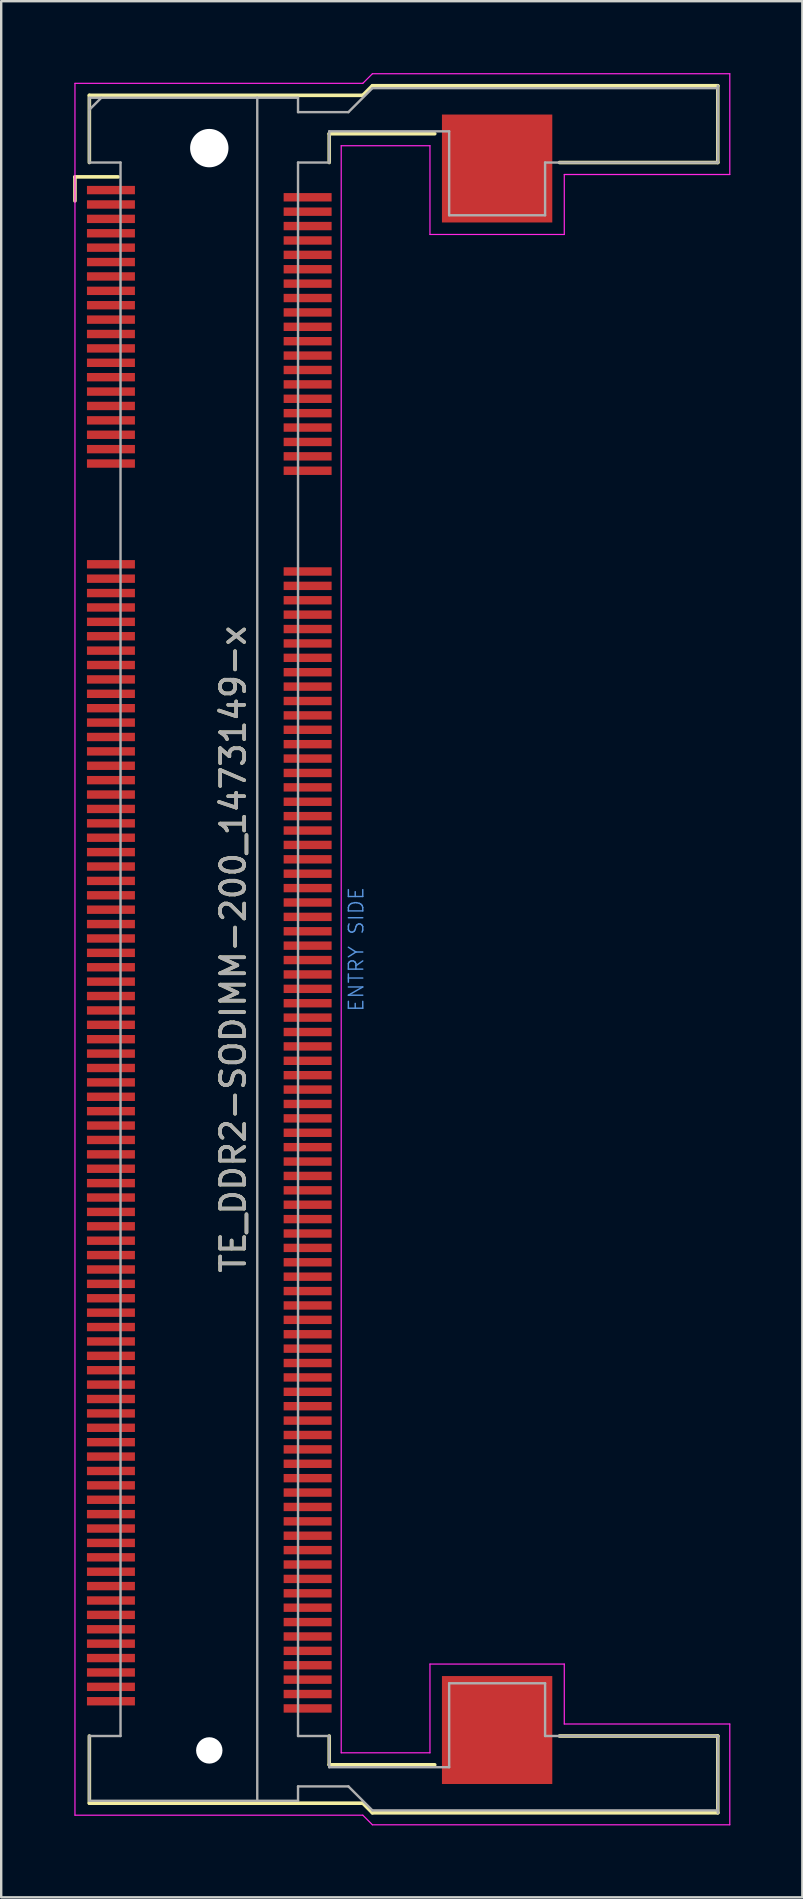
<source format=kicad_pcb>
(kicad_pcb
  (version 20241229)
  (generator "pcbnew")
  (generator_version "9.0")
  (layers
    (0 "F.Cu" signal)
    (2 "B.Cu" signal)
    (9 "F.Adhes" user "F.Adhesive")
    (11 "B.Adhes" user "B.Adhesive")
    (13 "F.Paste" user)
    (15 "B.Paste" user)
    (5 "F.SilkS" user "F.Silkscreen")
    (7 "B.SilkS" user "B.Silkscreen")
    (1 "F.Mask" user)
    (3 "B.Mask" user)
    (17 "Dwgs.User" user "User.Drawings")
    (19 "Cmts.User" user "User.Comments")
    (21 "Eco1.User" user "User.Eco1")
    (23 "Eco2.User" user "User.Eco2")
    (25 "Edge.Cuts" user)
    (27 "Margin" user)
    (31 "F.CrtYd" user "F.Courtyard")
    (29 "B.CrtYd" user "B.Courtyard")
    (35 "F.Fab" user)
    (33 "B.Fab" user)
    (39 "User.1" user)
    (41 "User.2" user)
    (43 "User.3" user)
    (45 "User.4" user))
  (footprint "TE_DDR2-SODIMM-200_1473149-x"
    (layer "F.Cu")
    (at 10.275 36.525)
    (property "Reference" "TE_DDR2-SODIMM-200_1473149-x" (at -3.6 0 90) (layer "F.SilkS") (effects (font (size 1 1) (thickness 0.15))))
    (attr smd)
    (fp_line (start -10.2 -32.2) (end -8.4 -32.2) (stroke (width 0.15) (type solid)) (layer "F.SilkS"))
    (fp_line (start -10.2 -31.2) (end -10.2 -32.2) (stroke (width 0.15) (type solid)) (layer "F.SilkS"))
    (fp_line (start -9.6 -35.6) (end 1.8 -35.6) (stroke (width 0.15) (type solid)) (layer "F.SilkS"))
    (fp_line (start -9.6 -32.8) (end -9.6 -35.6) (stroke (width 0.15) (type solid)) (layer "F.SilkS"))
    (fp_line (start -9.6 32.8) (end -9.6 35.6) (stroke (width 0.15) (type solid)) (layer "F.SilkS"))
    (fp_line (start -9.6 35.6) (end 1.8 35.6) (stroke (width 0.15) (type solid)) (layer "F.SilkS"))
    (fp_line (start 0.4 -34) (end 4.8 -34) (stroke (width 0.15) (type solid)) (layer "F.SilkS"))
    (fp_line (start 0.4 -32.8) (end 0.4 -34) (stroke (width 0.15) (type solid)) (layer "F.SilkS"))
    (fp_line (start 0.4 34) (end 0.4 32.8) (stroke (width 0.15) (type solid)) (layer "F.SilkS"))
    (fp_line (start 1.8 -35.6) (end 2.2 -36) (stroke (width 0.15) (type solid)) (layer "F.SilkS"))
    (fp_line (start 1.8 35.6) (end 2.2 36) (stroke (width 0.15) (type solid)) (layer "F.SilkS"))
    (fp_line (start 2.2 -36) (end 16.6 -36) (stroke (width 0.15) (type solid)) (layer "F.SilkS"))
    (fp_line (start 2.2 36) (end 16.6 36) (stroke (width 0.15) (type solid)) (layer "F.SilkS"))
    (fp_line (start 4.8 34) (end 0.4 34) (stroke (width 0.15) (type solid)) (layer "F.SilkS"))
    (fp_line (start 10 -32.8) (end 16.6 -32.8) (stroke (width 0.15) (type solid)) (layer "F.SilkS"))
    (fp_line (start 10 32.8) (end 16.6 32.8) (stroke (width 0.15) (type solid)) (layer "F.SilkS"))
    (fp_line (start 16.6 -36) (end 16.6 -32.8) (stroke (width 0.15) (type solid)) (layer "F.SilkS"))
    (fp_line (start 16.6 36) (end 16.6 32.8) (stroke (width 0.15) (type solid)) (layer "F.SilkS"))
    (fp_line (start -10.2 -36.1) (end -10.2 36.1) (stroke (width 0.05) (type solid)) (layer "F.CrtYd"))
    (fp_line (start -10.2 -36.1) (end 1.8 -36.1) (stroke (width 0.05) (type solid)) (layer "F.CrtYd"))
    (fp_line (start -10.2 36.1) (end 1.8 36.1) (stroke (width 0.05) (type solid)) (layer "F.CrtYd"))
    (fp_line (start 0.9 -33.5) (end 0.9 33.5) (stroke (width 0.05) (type solid)) (layer "F.CrtYd"))
    (fp_line (start 1.8 36.1) (end 2.2 36.5) (stroke (width 0.05) (type solid)) (layer "F.CrtYd"))
    (fp_line (start 2.2 -36.5) (end 1.8 -36.1) (stroke (width 0.05) (type solid)) (layer "F.CrtYd"))
    (fp_line (start 2.2 36.5) (end 17.1 36.5) (stroke (width 0.05) (type solid)) (layer "F.CrtYd"))
    (fp_line (start 4.6 -33.5) (end 0.9 -33.5) (stroke (width 0.05) (type solid)) (layer "F.CrtYd"))
    (fp_line (start 4.6 -29.8) (end 4.6 -33.5) (stroke (width 0.05) (type solid)) (layer "F.CrtYd"))
    (fp_line (start 4.6 29.8) (end 4.6 33.5) (stroke (width 0.05) (type solid)) (layer "F.CrtYd"))
    (fp_line (start 4.6 33.5) (end 0.9 33.5) (stroke (width 0.05) (type solid)) (layer "F.CrtYd"))
    (fp_line (start 10.2 -29.8) (end 4.6 -29.8) (stroke (width 0.05) (type solid)) (layer "F.CrtYd"))
    (fp_line (start 10.2 -29.8) (end 10.2 -32.3) (stroke (width 0.05) (type solid)) (layer "F.CrtYd"))
    (fp_line (start 10.2 29.8) (end 4.6 29.8) (stroke (width 0.05) (type solid)) (layer "F.CrtYd"))
    (fp_line (start 10.2 29.8) (end 10.2 32.3) (stroke (width 0.05) (type solid)) (layer "F.CrtYd"))
    (fp_line (start 17.1 -36.5) (end 2.2 -36.5) (stroke (width 0.05) (type solid)) (layer "F.CrtYd"))
    (fp_line (start 17.1 -32.3) (end 10.2 -32.3) (stroke (width 0.05) (type solid)) (layer "F.CrtYd"))
    (fp_line (start 17.1 -32.3) (end 17.1 -36.5) (stroke (width 0.05) (type solid)) (layer "F.CrtYd"))
    (fp_line (start 17.1 32.3) (end 10.2 32.3) (stroke (width 0.05) (type solid)) (layer "F.CrtYd"))
    (fp_line (start 17.1 32.3) (end 17.1 36.5) (stroke (width 0.05) (type solid)) (layer "F.CrtYd"))
    (fp_line (start -9.6 -35.5) (end -9.6 -32.8) (stroke (width 0.1) (type solid)) (layer "F.Fab"))
    (fp_line (start -9.6 -35.5) (end -2.6 -35.5) (stroke (width 0.1) (type solid)) (layer "F.Fab"))
    (fp_line (start -9.6 -35) (end -9.1 -35.5) (stroke (width 0.1) (type solid)) (layer "F.Fab"))
    (fp_line (start -9.6 -32.8) (end -8.3 -32.8) (stroke (width 0.1) (type solid)) (layer "F.Fab"))
    (fp_line (start -9.6 32.8) (end -8.3 32.8) (stroke (width 0.1) (type solid)) (layer "F.Fab"))
    (fp_line (start -9.6 35.5) (end -9.6 32.8) (stroke (width 0.1) (type solid)) (layer "F.Fab"))
    (fp_line (start -8.3 32.8) (end -8.3 -32.8) (stroke (width 0.1) (type solid)) (layer "F.Fab"))
    (fp_line (start -2.6 -35.5) (end -2.6 35.5) (stroke (width 0.1) (type solid)) (layer "F.Fab"))
    (fp_line (start -2.6 35.5) (end -9.6 35.5) (stroke (width 0.1) (type solid)) (layer "F.Fab"))
    (fp_line (start -0.9 -35.5) (end -2.6 -35.5) (stroke (width 0.1) (type solid)) (layer "F.Fab"))
    (fp_line (start -0.9 -35.5) (end -0.9 -34.9) (stroke (width 0.1) (type solid)) (layer "F.Fab"))
    (fp_line (start -0.9 -32.8) (end -0.9 32.8) (stroke (width 0.1) (type solid)) (layer "F.Fab"))
    (fp_line (start -0.9 -32.8) (end 0.4 -32.8) (stroke (width 0.1) (type solid)) (layer "F.Fab"))
    (fp_line (start -0.9 34.9) (end -0.9 35.5) (stroke (width 0.1) (type solid)) (layer "F.Fab"))
    (fp_line (start -0.9 34.9) (end 1.2 34.9) (stroke (width 0.1) (type solid)) (layer "F.Fab"))
    (fp_line (start -0.9 35.5) (end -2.6 35.5) (stroke (width 0.1) (type solid)) (layer "F.Fab"))
    (fp_line (start 0.4 -34.1) (end 5.4 -34.1) (stroke (width 0.1) (type solid)) (layer "F.Fab"))
    (fp_line (start 0.4 -32.8) (end 0.4 -34.1) (stroke (width 0.1) (type solid)) (layer "F.Fab"))
    (fp_line (start 0.4 32.8) (end -0.9 32.8) (stroke (width 0.1) (type solid)) (layer "F.Fab"))
    (fp_line (start 0.4 34.1) (end 0.4 32.8) (stroke (width 0.1) (type solid)) (layer "F.Fab"))
    (fp_line (start 0.4 34.1) (end 5.4 34.1) (stroke (width 0.1) (type solid)) (layer "F.Fab"))
    (fp_line (start 1.2 -34.9) (end -0.9 -34.9) (stroke (width 0.1) (type solid)) (layer "F.Fab"))
    (fp_line (start 1.2 -34.9) (end 2.2 -35.9) (stroke (width 0.1) (type solid)) (layer "F.Fab"))
    (fp_line (start 1.2 34.9) (end 2.2 35.9) (stroke (width 0.1) (type solid)) (layer "F.Fab"))
    (fp_line (start 2.2 -35.9) (end 16.6 -35.9) (stroke (width 0.1) (type solid)) (layer "F.Fab"))
    (fp_line (start 5.4 -34.1) (end 5.4 -30.6) (stroke (width 0.1) (type solid)) (layer "F.Fab"))
    (fp_line (start 5.4 -30.6) (end 9.4 -30.6) (stroke (width 0.1) (type solid)) (layer "F.Fab"))
    (fp_line (start 5.4 30.6) (end 9.4 30.6) (stroke (width 0.1) (type solid)) (layer "F.Fab"))
    (fp_line (start 5.4 34.1) (end 5.4 30.6) (stroke (width 0.1) (type solid)) (layer "F.Fab"))
    (fp_line (start 9.4 -32.8) (end 16.6 -32.8) (stroke (width 0.1) (type solid)) (layer "F.Fab"))
    (fp_line (start 9.4 -30.6) (end 9.4 -32.8) (stroke (width 0.1) (type solid)) (layer "F.Fab"))
    (fp_line (start 9.4 30.6) (end 9.4 32.8) (stroke (width 0.1) (type solid)) (layer "F.Fab"))
    (fp_line (start 9.4 32.8) (end 16.6 32.8) (stroke (width 0.1) (type solid)) (layer "F.Fab"))
    (fp_line (start 16.6 -32.8) (end 16.6 -36) (stroke (width 0.1) (type solid)) (layer "F.Fab"))
    (fp_line (start 16.6 35.9) (end 2.2 35.9) (stroke (width 0.1) (type solid)) (layer "F.Fab"))
    (fp_line (start 16.6 36) (end 16.6 32.8) (stroke (width 0.1) (type solid)) (layer "F.Fab"))
    (fp_text user "ENTRY SIDE" (at 1.524 0 90) (layer "Cmts.User") (effects (font (size 0.6 0.6) (thickness 0.06))))
    (fp_text user "${REFERENCE}" (at -3.6 0 90) (layer "F.Fab") (effects (font (size 1 1) (thickness 0.15))))
    (pad "" np_thru_hole circle (at -4.6 -33.4) (size 1.6 1.6) (drill 1.6) (layers "*.Cu"))
    (pad "" np_thru_hole circle (at -4.6 33.4) (size 1.1 1.1) (drill 1.1) (layers "*.Cu"))
    (pad "" smd rect (at 7.4 -32.55) (size 4.6 4.5) (layers "F.Cu" "F.Mask" "F.Paste"))
    (pad "" smd rect (at 7.4 32.55) (size 4.6 4.5) (layers "F.Cu" "F.Mask" "F.Paste"))
    (pad "1" smd rect (at -8.7 -31.65) (size 2 0.35) (layers "F.Cu" "F.Mask" "F.Paste"))
    (pad "2" smd rect (at -0.5 -31.35) (size 2 0.35) (layers "F.Cu" "F.Mask" "F.Paste"))
    (pad "3" smd rect (at -8.7 -31.05) (size 2 0.35) (layers "F.Cu" "F.Mask" "F.Paste"))
    (pad "4" smd rect (at -0.5 -30.75) (size 2 0.35) (layers "F.Cu" "F.Mask" "F.Paste"))
    (pad "5" smd rect (at -8.7 -30.45) (size 2 0.35) (layers "F.Cu" "F.Mask" "F.Paste"))
    (pad "6" smd rect (at -0.5 -30.15) (size 2 0.35) (layers "F.Cu" "F.Mask" "F.Paste"))
    (pad "7" smd rect (at -8.7 -29.85) (size 2 0.35) (layers "F.Cu" "F.Mask" "F.Paste"))
    (pad "8" smd rect (at -0.5 -29.55) (size 2 0.35) (layers "F.Cu" "F.Mask" "F.Paste"))
    (pad "9" smd rect (at -8.7 -29.25) (size 2 0.35) (layers "F.Cu" "F.Mask" "F.Paste"))
    (pad "10" smd rect (at -0.5 -28.95) (size 2 0.35) (layers "F.Cu" "F.Mask" "F.Paste"))
    (pad "11" smd rect (at -8.7 -28.65) (size 2 0.35) (layers "F.Cu" "F.Mask" "F.Paste"))
    (pad "12" smd rect (at -0.5 -28.35) (size 2 0.35) (layers "F.Cu" "F.Mask" "F.Paste"))
    (pad "13" smd rect (at -8.7 -28.05) (size 2 0.35) (layers "F.Cu" "F.Mask" "F.Paste"))
    (pad "14" smd rect (at -0.5 -27.75) (size 2 0.35) (layers "F.Cu" "F.Mask" "F.Paste"))
    (pad "15" smd rect (at -8.7 -27.45) (size 2 0.35) (layers "F.Cu" "F.Mask" "F.Paste"))
    (pad "16" smd rect (at -0.5 -27.15) (size 2 0.35) (layers "F.Cu" "F.Mask" "F.Paste"))
    (pad "17" smd rect (at -8.7 -26.85) (size 2 0.35) (layers "F.Cu" "F.Mask" "F.Paste"))
    (pad "18" smd rect (at -0.5 -26.55) (size 2 0.35) (layers "F.Cu" "F.Mask" "F.Paste"))
    (pad "19" smd rect (at -8.7 -26.25) (size 2 0.35) (layers "F.Cu" "F.Mask" "F.Paste"))
    (pad "20" smd rect (at -0.5 -25.95) (size 2 0.35) (layers "F.Cu" "F.Mask" "F.Paste"))
    (pad "21" smd rect (at -8.7 -25.65) (size 2 0.35) (layers "F.Cu" "F.Mask" "F.Paste"))
    (pad "22" smd rect (at -0.5 -25.35) (size 2 0.35) (layers "F.Cu" "F.Mask" "F.Paste"))
    (pad "23" smd rect (at -8.7 -25.05) (size 2 0.35) (layers "F.Cu" "F.Mask" "F.Paste"))
    (pad "24" smd rect (at -0.5 -24.75) (size 2 0.35) (layers "F.Cu" "F.Mask" "F.Paste"))
    (pad "25" smd rect (at -8.7 -24.45) (size 2 0.35) (layers "F.Cu" "F.Mask" "F.Paste"))
    (pad "26" smd rect (at -0.5 -24.15) (size 2 0.35) (layers "F.Cu" "F.Mask" "F.Paste"))
    (pad "27" smd rect (at -8.7 -23.85) (size 2 0.35) (layers "F.Cu" "F.Mask" "F.Paste"))
    (pad "28" smd rect (at -0.5 -23.55) (size 2 0.35) (layers "F.Cu" "F.Mask" "F.Paste"))
    (pad "29" smd rect (at -8.7 -23.25) (size 2 0.35) (layers "F.Cu" "F.Mask" "F.Paste"))
    (pad "30" smd rect (at -0.5 -22.95) (size 2 0.35) (layers "F.Cu" "F.Mask" "F.Paste"))
    (pad "31" smd rect (at -8.7 -22.65) (size 2 0.35) (layers "F.Cu" "F.Mask" "F.Paste"))
    (pad "32" smd rect (at -0.5 -22.35) (size 2 0.35) (layers "F.Cu" "F.Mask" "F.Paste"))
    (pad "33" smd rect (at -8.7 -22.05) (size 2 0.35) (layers "F.Cu" "F.Mask" "F.Paste"))
    (pad "34" smd rect (at -0.5 -21.75) (size 2 0.35) (layers "F.Cu" "F.Mask" "F.Paste"))
    (pad "35" smd rect (at -8.7 -21.45) (size 2 0.35) (layers "F.Cu" "F.Mask" "F.Paste"))
    (pad "36" smd rect (at -0.5 -21.15) (size 2 0.35) (layers "F.Cu" "F.Mask" "F.Paste"))
    (pad "37" smd rect (at -8.7 -20.85) (size 2 0.35) (layers "F.Cu" "F.Mask" "F.Paste"))
    (pad "38" smd rect (at -0.5 -20.55) (size 2 0.35) (layers "F.Cu" "F.Mask" "F.Paste"))
    (pad "39" smd rect (at -8.7 -20.25) (size 2 0.35) (layers "F.Cu" "F.Mask" "F.Paste"))
    (pad "40" smd rect (at -0.5 -19.95) (size 2 0.35) (layers "F.Cu" "F.Mask" "F.Paste"))
    (pad "41" smd rect (at -8.7 -16.05) (size 2 0.35) (layers "F.Cu" "F.Mask" "F.Paste"))
    (pad "42" smd rect (at -0.5 -15.75) (size 2 0.35) (layers "F.Cu" "F.Mask" "F.Paste"))
    (pad "43" smd rect (at -8.7 -15.45) (size 2 0.35) (layers "F.Cu" "F.Mask" "F.Paste"))
    (pad "44" smd rect (at -0.5 -15.15) (size 2 0.35) (layers "F.Cu" "F.Mask" "F.Paste"))
    (pad "45" smd rect (at -8.7 -14.85) (size 2 0.35) (layers "F.Cu" "F.Mask" "F.Paste"))
    (pad "46" smd rect (at -0.5 -14.55) (size 2 0.35) (layers "F.Cu" "F.Mask" "F.Paste"))
    (pad "47" smd rect (at -8.7 -14.25) (size 2 0.35) (layers "F.Cu" "F.Mask" "F.Paste"))
    (pad "48" smd rect (at -0.5 -13.95) (size 2 0.35) (layers "F.Cu" "F.Mask" "F.Paste"))
    (pad "49" smd rect (at -8.7 -13.65) (size 2 0.35) (layers "F.Cu" "F.Mask" "F.Paste"))
    (pad "50" smd rect (at -0.5 -13.35) (size 2 0.35) (layers "F.Cu" "F.Mask" "F.Paste"))
    (pad "51" smd rect (at -8.7 -13.05) (size 2 0.35) (layers "F.Cu" "F.Mask" "F.Paste"))
    (pad "52" smd rect (at -0.5 -12.75) (size 2 0.35) (layers "F.Cu" "F.Mask" "F.Paste"))
    (pad "53" smd rect (at -8.7 -12.45) (size 2 0.35) (layers "F.Cu" "F.Mask" "F.Paste"))
    (pad "54" smd rect (at -0.5 -12.15) (size 2 0.35) (layers "F.Cu" "F.Mask" "F.Paste"))
    (pad "55" smd rect (at -8.7 -11.85) (size 2 0.35) (layers "F.Cu" "F.Mask" "F.Paste"))
    (pad "56" smd rect (at -0.5 -11.55) (size 2 0.35) (layers "F.Cu" "F.Mask" "F.Paste"))
    (pad "57" smd rect (at -8.7 -11.25) (size 2 0.35) (layers "F.Cu" "F.Mask" "F.Paste"))
    (pad "58" smd rect (at -0.5 -10.95) (size 2 0.35) (layers "F.Cu" "F.Mask" "F.Paste"))
    (pad "59" smd rect (at -8.7 -10.65) (size 2 0.35) (layers "F.Cu" "F.Mask" "F.Paste"))
    (pad "60" smd rect (at -0.5 -10.35) (size 2 0.35) (layers "F.Cu" "F.Mask" "F.Paste"))
    (pad "61" smd rect (at -8.7 -10.05) (size 2 0.35) (layers "F.Cu" "F.Mask" "F.Paste"))
    (pad "62" smd rect (at -0.5 -9.75) (size 2 0.35) (layers "F.Cu" "F.Mask" "F.Paste"))
    (pad "63" smd rect (at -8.7 -9.45) (size 2 0.35) (layers "F.Cu" "F.Mask" "F.Paste"))
    (pad "64" smd rect (at -0.5 -9.15) (size 2 0.35) (layers "F.Cu" "F.Mask" "F.Paste"))
    (pad "65" smd rect (at -8.7 -8.85) (size 2 0.35) (layers "F.Cu" "F.Mask" "F.Paste"))
    (pad "66" smd rect (at -0.5 -8.55) (size 2 0.35) (layers "F.Cu" "F.Mask" "F.Paste"))
    (pad "67" smd rect (at -8.7 -8.25) (size 2 0.35) (layers "F.Cu" "F.Mask" "F.Paste"))
    (pad "68" smd rect (at -0.5 -7.95) (size 2 0.35) (layers "F.Cu" "F.Mask" "F.Paste"))
    (pad "69" smd rect (at -8.7 -7.65) (size 2 0.35) (layers "F.Cu" "F.Mask" "F.Paste"))
    (pad "70" smd rect (at -0.5 -7.35) (size 2 0.35) (layers "F.Cu" "F.Mask" "F.Paste"))
    (pad "71" smd rect (at -8.7 -7.05) (size 2 0.35) (layers "F.Cu" "F.Mask" "F.Paste"))
    (pad "72" smd rect (at -0.5 -6.75) (size 2 0.35) (layers "F.Cu" "F.Mask" "F.Paste"))
    (pad "73" smd rect (at -8.7 -6.45) (size 2 0.35) (layers "F.Cu" "F.Mask" "F.Paste"))
    (pad "74" smd rect (at -0.5 -6.15) (size 2 0.35) (layers "F.Cu" "F.Mask" "F.Paste"))
    (pad "75" smd rect (at -8.7 -5.85) (size 2 0.35) (layers "F.Cu" "F.Mask" "F.Paste"))
    (pad "76" smd rect (at -0.5 -5.55) (size 2 0.35) (layers "F.Cu" "F.Mask" "F.Paste"))
    (pad "77" smd rect (at -8.7 -5.25) (size 2 0.35) (layers "F.Cu" "F.Mask" "F.Paste"))
    (pad "78" smd rect (at -0.5 -4.95) (size 2 0.35) (layers "F.Cu" "F.Mask" "F.Paste"))
    (pad "79" smd rect (at -8.7 -4.65) (size 2 0.35) (layers "F.Cu" "F.Mask" "F.Paste"))
    (pad "80" smd rect (at -0.5 -4.35) (size 2 0.35) (layers "F.Cu" "F.Mask" "F.Paste"))
    (pad "81" smd rect (at -8.7 -4.05) (size 2 0.35) (layers "F.Cu" "F.Mask" "F.Paste"))
    (pad "82" smd rect (at -0.5 -3.75) (size 2 0.35) (layers "F.Cu" "F.Mask" "F.Paste"))
    (pad "83" smd rect (at -8.7 -3.45) (size 2 0.35) (layers "F.Cu" "F.Mask" "F.Paste"))
    (pad "84" smd rect (at -0.5 -3.15) (size 2 0.35) (layers "F.Cu" "F.Mask" "F.Paste"))
    (pad "85" smd rect (at -8.7 -2.85) (size 2 0.35) (layers "F.Cu" "F.Mask" "F.Paste"))
    (pad "86" smd rect (at -0.5 -2.55) (size 2 0.35) (layers "F.Cu" "F.Mask" "F.Paste"))
    (pad "87" smd rect (at -8.7 -2.25) (size 2 0.35) (layers "F.Cu" "F.Mask" "F.Paste"))
    (pad "88" smd rect (at -0.5 -1.95) (size 2 0.35) (layers "F.Cu" "F.Mask" "F.Paste"))
    (pad "89" smd rect (at -8.7 -1.65) (size 2 0.35) (layers "F.Cu" "F.Mask" "F.Paste"))
    (pad "90" smd rect (at -0.5 -1.35) (size 2 0.35) (layers "F.Cu" "F.Mask" "F.Paste"))
    (pad "91" smd rect (at -8.7 -1.05) (size 2 0.35) (layers "F.Cu" "F.Mask" "F.Paste"))
    (pad "92" smd rect (at -0.5 -0.75) (size 2 0.35) (layers "F.Cu" "F.Mask" "F.Paste"))
    (pad "93" smd rect (at -8.7 -0.45) (size 2 0.35) (layers "F.Cu" "F.Mask" "F.Paste"))
    (pad "94" smd rect (at -0.5 -0.15) (size 2 0.35) (layers "F.Cu" "F.Mask" "F.Paste"))
    (pad "95" smd rect (at -8.7 0.15) (size 2 0.35) (layers "F.Cu" "F.Mask" "F.Paste"))
    (pad "96" smd rect (at -0.5 0.45) (size 2 0.35) (layers "F.Cu" "F.Mask" "F.Paste"))
    (pad "97" smd rect (at -8.7 0.75) (size 2 0.35) (layers "F.Cu" "F.Mask" "F.Paste"))
    (pad "98" smd rect (at -0.5 1.05) (size 2 0.35) (layers "F.Cu" "F.Mask" "F.Paste"))
    (pad "99" smd rect (at -8.7 1.35) (size 2 0.35) (layers "F.Cu" "F.Mask" "F.Paste"))
    (pad "100" smd rect (at -0.5 1.65) (size 2 0.35) (layers "F.Cu" "F.Mask" "F.Paste"))
    (pad "101" smd rect (at -8.7 1.95) (size 2 0.35) (layers "F.Cu" "F.Mask" "F.Paste"))
    (pad "102" smd rect (at -0.5 2.25) (size 2 0.35) (layers "F.Cu" "F.Mask" "F.Paste"))
    (pad "103" smd rect (at -8.7 2.55) (size 2 0.35) (layers "F.Cu" "F.Mask" "F.Paste"))
    (pad "104" smd rect (at -0.5 2.85) (size 2 0.35) (layers "F.Cu" "F.Mask" "F.Paste"))
    (pad "105" smd rect (at -8.7 3.15) (size 2 0.35) (layers "F.Cu" "F.Mask" "F.Paste"))
    (pad "106" smd rect (at -0.5 3.45) (size 2 0.35) (layers "F.Cu" "F.Mask" "F.Paste"))
    (pad "107" smd rect (at -8.7 3.75) (size 2 0.35) (layers "F.Cu" "F.Mask" "F.Paste"))
    (pad "108" smd rect (at -0.5 4.05) (size 2 0.35) (layers "F.Cu" "F.Mask" "F.Paste"))
    (pad "109" smd rect (at -8.7 4.35) (size 2 0.35) (layers "F.Cu" "F.Mask" "F.Paste"))
    (pad "110" smd rect (at -0.5 4.65) (size 2 0.35) (layers "F.Cu" "F.Mask" "F.Paste"))
    (pad "111" smd rect (at -8.7 4.95) (size 2 0.35) (layers "F.Cu" "F.Mask" "F.Paste"))
    (pad "112" smd rect (at -0.5 5.25) (size 2 0.35) (layers "F.Cu" "F.Mask" "F.Paste"))
    (pad "113" smd rect (at -8.7 5.55) (size 2 0.35) (layers "F.Cu" "F.Mask" "F.Paste"))
    (pad "114" smd rect (at -0.5 5.85) (size 2 0.35) (layers "F.Cu" "F.Mask" "F.Paste"))
    (pad "115" smd rect (at -8.7 6.15) (size 2 0.35) (layers "F.Cu" "F.Mask" "F.Paste"))
    (pad "116" smd rect (at -0.5 6.45) (size 2 0.35) (layers "F.Cu" "F.Mask" "F.Paste"))
    (pad "117" smd rect (at -8.7 6.75) (size 2 0.35) (layers "F.Cu" "F.Mask" "F.Paste"))
    (pad "118" smd rect (at -0.5 7.05) (size 2 0.35) (layers "F.Cu" "F.Mask" "F.Paste"))
    (pad "119" smd rect (at -8.7 7.35) (size 2 0.35) (layers "F.Cu" "F.Mask" "F.Paste"))
    (pad "120" smd rect (at -0.5 7.65) (size 2 0.35) (layers "F.Cu" "F.Mask" "F.Paste"))
    (pad "121" smd rect (at -8.7 7.95) (size 2 0.35) (layers "F.Cu" "F.Mask" "F.Paste"))
    (pad "122" smd rect (at -0.5 8.25) (size 2 0.35) (layers "F.Cu" "F.Mask" "F.Paste"))
    (pad "123" smd rect (at -8.7 8.55) (size 2 0.35) (layers "F.Cu" "F.Mask" "F.Paste"))
    (pad "124" smd rect (at -0.5 8.85) (size 2 0.35) (layers "F.Cu" "F.Mask" "F.Paste"))
    (pad "125" smd rect (at -8.7 9.15) (size 2 0.35) (layers "F.Cu" "F.Mask" "F.Paste"))
    (pad "126" smd rect (at -0.5 9.45) (size 2 0.35) (layers "F.Cu" "F.Mask" "F.Paste"))
    (pad "127" smd rect (at -8.7 9.75) (size 2 0.35) (layers "F.Cu" "F.Mask" "F.Paste"))
    (pad "128" smd rect (at -0.5 10.05) (size 2 0.35) (layers "F.Cu" "F.Mask" "F.Paste"))
    (pad "129" smd rect (at -8.7 10.35) (size 2 0.35) (layers "F.Cu" "F.Mask" "F.Paste"))
    (pad "130" smd rect (at -0.5 10.65) (size 2 0.35) (layers "F.Cu" "F.Mask" "F.Paste"))
    (pad "131" smd rect (at -8.7 10.95) (size 2 0.35) (layers "F.Cu" "F.Mask" "F.Paste"))
    (pad "132" smd rect (at -0.5 11.25) (size 2 0.35) (layers "F.Cu" "F.Mask" "F.Paste"))
    (pad "133" smd rect (at -8.7 11.55) (size 2 0.35) (layers "F.Cu" "F.Mask" "F.Paste"))
    (pad "134" smd rect (at -0.5 11.85) (size 2 0.35) (layers "F.Cu" "F.Mask" "F.Paste"))
    (pad "135" smd rect (at -8.7 12.15) (size 2 0.35) (layers "F.Cu" "F.Mask" "F.Paste"))
    (pad "136" smd rect (at -0.5 12.45) (size 2 0.35) (layers "F.Cu" "F.Mask" "F.Paste"))
    (pad "137" smd rect (at -8.7 12.75) (size 2 0.35) (layers "F.Cu" "F.Mask" "F.Paste"))
    (pad "138" smd rect (at -0.5 13.05) (size 2 0.35) (layers "F.Cu" "F.Mask" "F.Paste"))
    (pad "139" smd rect (at -8.7 13.35) (size 2 0.35) (layers "F.Cu" "F.Mask" "F.Paste"))
    (pad "140" smd rect (at -0.5 13.65) (size 2 0.35) (layers "F.Cu" "F.Mask" "F.Paste"))
    (pad "141" smd rect (at -8.7 13.95) (size 2 0.35) (layers "F.Cu" "F.Mask" "F.Paste"))
    (pad "142" smd rect (at -0.5 14.25) (size 2 0.35) (layers "F.Cu" "F.Mask" "F.Paste"))
    (pad "143" smd rect (at -8.7 14.55) (size 2 0.35) (layers "F.Cu" "F.Mask" "F.Paste"))
    (pad "144" smd rect (at -0.5 14.85) (size 2 0.35) (layers "F.Cu" "F.Mask" "F.Paste"))
    (pad "145" smd rect (at -8.7 15.15) (size 2 0.35) (layers "F.Cu" "F.Mask" "F.Paste"))
    (pad "146" smd rect (at -0.5 15.45) (size 2 0.35) (layers "F.Cu" "F.Mask" "F.Paste"))
    (pad "147" smd rect (at -8.7 15.75) (size 2 0.35) (layers "F.Cu" "F.Mask" "F.Paste"))
    (pad "148" smd rect (at -0.5 16.05) (size 2 0.35) (layers "F.Cu" "F.Mask" "F.Paste"))
    (pad "149" smd rect (at -8.7 16.35) (size 2 0.35) (layers "F.Cu" "F.Mask" "F.Paste"))
    (pad "150" smd rect (at -0.5 16.65) (size 2 0.35) (layers "F.Cu" "F.Mask" "F.Paste"))
    (pad "151" smd rect (at -8.7 16.95) (size 2 0.35) (layers "F.Cu" "F.Mask" "F.Paste"))
    (pad "152" smd rect (at -0.5 17.25) (size 2 0.35) (layers "F.Cu" "F.Mask" "F.Paste"))
    (pad "153" smd rect (at -8.7 17.55) (size 2 0.35) (layers "F.Cu" "F.Mask" "F.Paste"))
    (pad "154" smd rect (at -0.5 17.85) (size 2 0.35) (layers "F.Cu" "F.Mask" "F.Paste"))
    (pad "155" smd rect (at -8.7 18.15) (size 2 0.35) (layers "F.Cu" "F.Mask" "F.Paste"))
    (pad "156" smd rect (at -0.5 18.45) (size 2 0.35) (layers "F.Cu" "F.Mask" "F.Paste"))
    (pad "157" smd rect (at -8.7 18.75) (size 2 0.35) (layers "F.Cu" "F.Mask" "F.Paste"))
    (pad "158" smd rect (at -0.5 19.05) (size 2 0.35) (layers "F.Cu" "F.Mask" "F.Paste"))
    (pad "159" smd rect (at -8.7 19.35) (size 2 0.35) (layers "F.Cu" "F.Mask" "F.Paste"))
    (pad "160" smd rect (at -0.5 19.65) (size 2 0.35) (layers "F.Cu" "F.Mask" "F.Paste"))
    (pad "161" smd rect (at -8.7 19.95) (size 2 0.35) (layers "F.Cu" "F.Mask" "F.Paste"))
    (pad "162" smd rect (at -0.5 20.25) (size 2 0.35) (layers "F.Cu" "F.Mask" "F.Paste"))
    (pad "163" smd rect (at -8.7 20.55) (size 2 0.35) (layers "F.Cu" "F.Mask" "F.Paste"))
    (pad "164" smd rect (at -0.5 20.85) (size 2 0.35) (layers "F.Cu" "F.Mask" "F.Paste"))
    (pad "165" smd rect (at -8.7 21.15) (size 2 0.35) (layers "F.Cu" "F.Mask" "F.Paste"))
    (pad "166" smd rect (at -0.5 21.45) (size 2 0.35) (layers "F.Cu" "F.Mask" "F.Paste"))
    (pad "167" smd rect (at -8.7 21.75) (size 2 0.35) (layers "F.Cu" "F.Mask" "F.Paste"))
    (pad "168" smd rect (at -0.5 22.05) (size 2 0.35) (layers "F.Cu" "F.Mask" "F.Paste"))
    (pad "169" smd rect (at -8.7 22.35) (size 2 0.35) (layers "F.Cu" "F.Mask" "F.Paste"))
    (pad "170" smd rect (at -0.5 22.65) (size 2 0.35) (layers "F.Cu" "F.Mask" "F.Paste"))
    (pad "171" smd rect (at -8.7 22.95) (size 2 0.35) (layers "F.Cu" "F.Mask" "F.Paste"))
    (pad "172" smd rect (at -0.5 23.25) (size 2 0.35) (layers "F.Cu" "F.Mask" "F.Paste"))
    (pad "173" smd rect (at -8.7 23.55) (size 2 0.35) (layers "F.Cu" "F.Mask" "F.Paste"))
    (pad "174" smd rect (at -0.5 23.85) (size 2 0.35) (layers "F.Cu" "F.Mask" "F.Paste"))
    (pad "175" smd rect (at -8.7 24.15) (size 2 0.35) (layers "F.Cu" "F.Mask" "F.Paste"))
    (pad "176" smd rect (at -0.5 24.45) (size 2 0.35) (layers "F.Cu" "F.Mask" "F.Paste"))
    (pad "177" smd rect (at -8.7 24.75) (size 2 0.35) (layers "F.Cu" "F.Mask" "F.Paste"))
    (pad "178" smd rect (at -0.5 25.05) (size 2 0.35) (layers "F.Cu" "F.Mask" "F.Paste"))
    (pad "179" smd rect (at -8.7 25.35) (size 2 0.35) (layers "F.Cu" "F.Mask" "F.Paste"))
    (pad "180" smd rect (at -0.5 25.65) (size 2 0.35) (layers "F.Cu" "F.Mask" "F.Paste"))
    (pad "181" smd rect (at -8.7 25.95) (size 2 0.35) (layers "F.Cu" "F.Mask" "F.Paste"))
    (pad "182" smd rect (at -0.5 26.25) (size 2 0.35) (layers "F.Cu" "F.Mask" "F.Paste"))
    (pad "183" smd rect (at -8.7 26.55) (size 2 0.35) (layers "F.Cu" "F.Mask" "F.Paste"))
    (pad "184" smd rect (at -0.5 26.85) (size 2 0.35) (layers "F.Cu" "F.Mask" "F.Paste"))
    (pad "185" smd rect (at -8.7 27.15) (size 2 0.35) (layers "F.Cu" "F.Mask" "F.Paste"))
    (pad "186" smd rect (at -0.5 27.45) (size 2 0.35) (layers "F.Cu" "F.Mask" "F.Paste"))
    (pad "187" smd rect (at -8.7 27.75) (size 2 0.35) (layers "F.Cu" "F.Mask" "F.Paste"))
    (pad "188" smd rect (at -0.5 28.05) (size 2 0.35) (layers "F.Cu" "F.Mask" "F.Paste"))
    (pad "189" smd rect (at -8.7 28.35) (size 2 0.35) (layers "F.Cu" "F.Mask" "F.Paste"))
    (pad "190" smd rect (at -0.5 28.65) (size 2 0.35) (layers "F.Cu" "F.Mask" "F.Paste"))
    (pad "191" smd rect (at -8.7 28.95) (size 2 0.35) (layers "F.Cu" "F.Mask" "F.Paste"))
    (pad "192" smd rect (at -0.5 29.25) (size 2 0.35) (layers "F.Cu" "F.Mask" "F.Paste"))
    (pad "193" smd rect (at -8.7 29.55) (size 2 0.35) (layers "F.Cu" "F.Mask" "F.Paste"))
    (pad "194" smd rect (at -0.5 29.85) (size 2 0.35) (layers "F.Cu" "F.Mask" "F.Paste"))
    (pad "195" smd rect (at -8.7 30.15) (size 2 0.35) (layers "F.Cu" "F.Mask" "F.Paste"))
    (pad "196" smd rect (at -0.5 30.45) (size 2 0.35) (layers "F.Cu" "F.Mask" "F.Paste"))
    (pad "197" smd rect (at -8.7 30.75) (size 2 0.35) (layers "F.Cu" "F.Mask" "F.Paste"))
    (pad "198" smd rect (at -0.5 31.05) (size 2 0.35) (layers "F.Cu" "F.Mask" "F.Paste"))
    (pad "199" smd rect (at -8.7 31.35) (size 2 0.35) (layers "F.Cu" "F.Mask" "F.Paste"))
    (pad "200" smd rect (at -0.5 31.65) (size 2 0.35) (layers "F.Cu" "F.Mask" "F.Paste")))
  (gr_rect
    (start -3 -3)
    (end 30.4 76.05)
    (stroke (width 0.1) (type default))
    (fill no)
    (layer "Edge.Cuts")))
</source>
